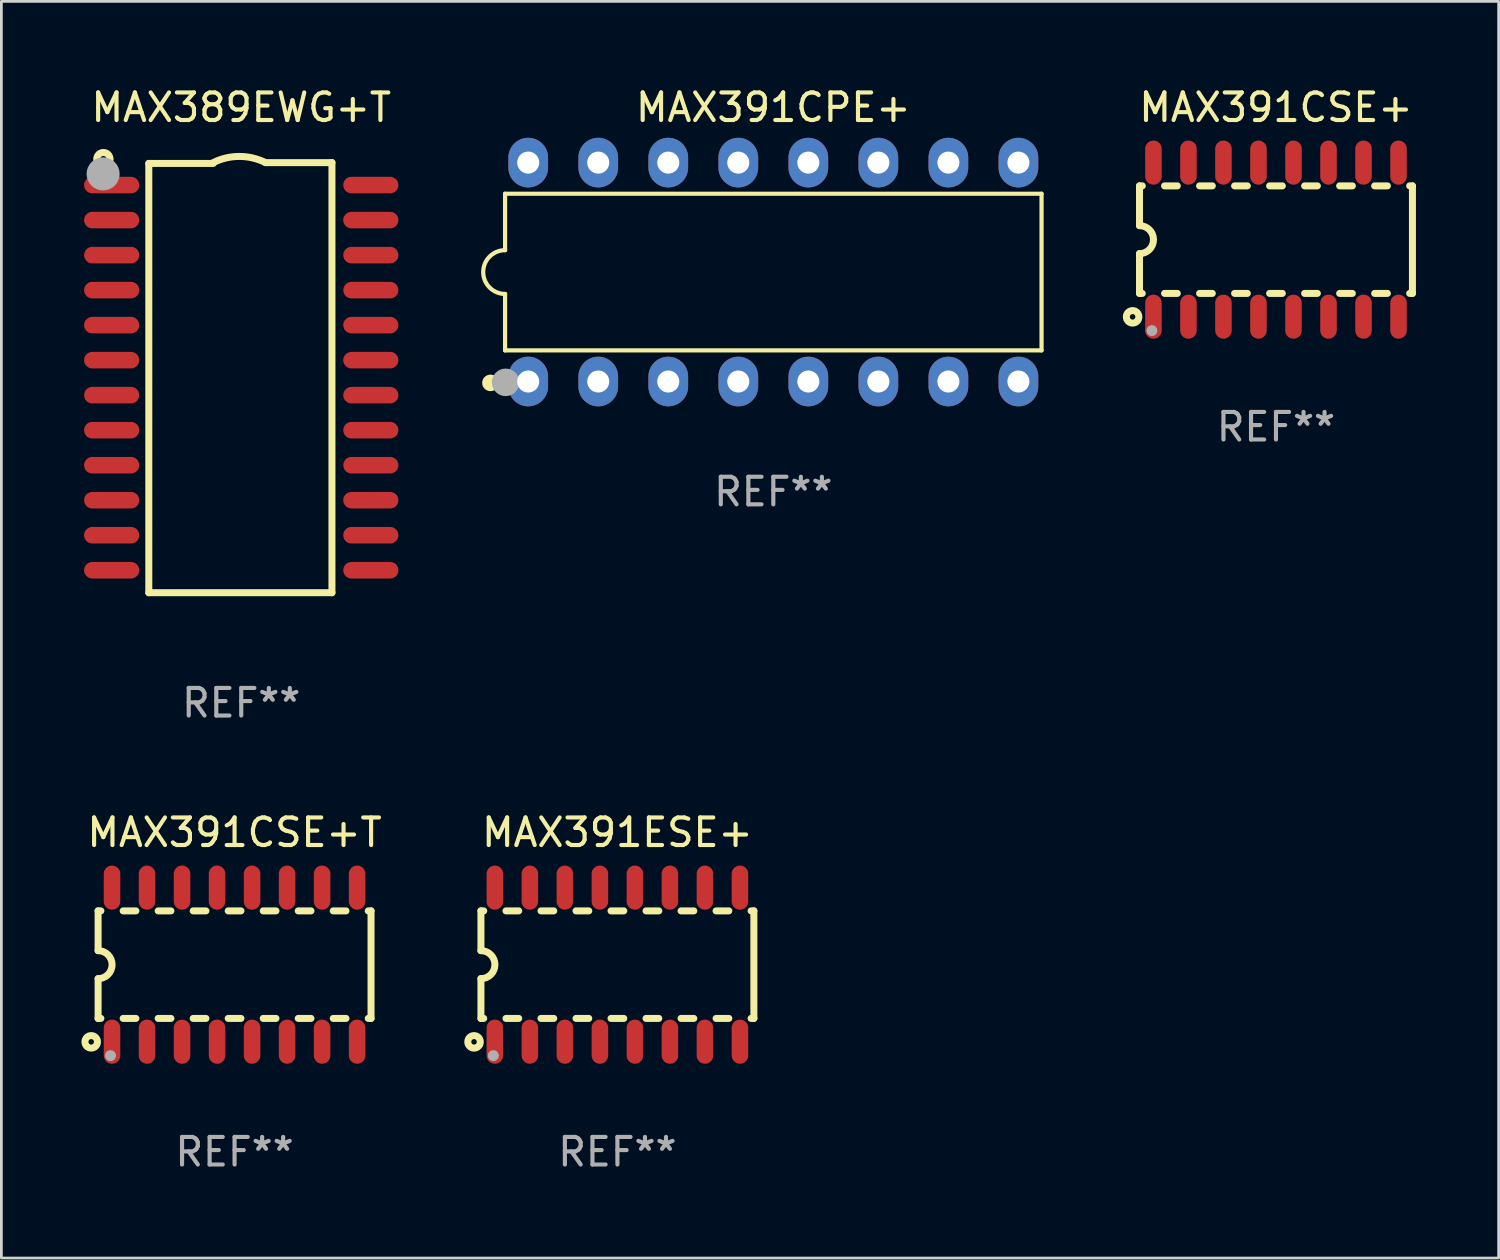
<source format=kicad_pcb>
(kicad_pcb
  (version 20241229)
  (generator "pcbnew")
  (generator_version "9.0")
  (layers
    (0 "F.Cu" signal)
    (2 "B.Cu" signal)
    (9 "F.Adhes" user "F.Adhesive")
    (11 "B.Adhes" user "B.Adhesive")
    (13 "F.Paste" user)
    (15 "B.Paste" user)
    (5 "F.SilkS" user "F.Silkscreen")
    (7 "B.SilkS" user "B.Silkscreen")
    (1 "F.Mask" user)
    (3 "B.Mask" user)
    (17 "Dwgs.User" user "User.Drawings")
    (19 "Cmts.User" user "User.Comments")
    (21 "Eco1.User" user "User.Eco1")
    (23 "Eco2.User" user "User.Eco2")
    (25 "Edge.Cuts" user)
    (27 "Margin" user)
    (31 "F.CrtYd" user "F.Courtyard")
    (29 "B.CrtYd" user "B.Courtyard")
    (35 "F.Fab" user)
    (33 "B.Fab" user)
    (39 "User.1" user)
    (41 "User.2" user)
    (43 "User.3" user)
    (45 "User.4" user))
  (footprint "MAX391ESE+"
    (layer "F.Cu")
    (at 19.344 31.939)
    (property "Reference" "MAX391ESE+" (at 0 -4.794 0) (layer "F.SilkS") (effects (font (size 1 1) (thickness 0.15))))
    (attr through_hole)
    (fp_line (start -4.95 -1.95) (end -4.95 -0.508) (stroke (width 0.254) (type solid)) (layer "F.SilkS"))
    (fp_line (start -4.95 -1.95) (end -4.849 -1.95) (stroke (width 0.254) (type solid)) (layer "F.SilkS"))
    (fp_line (start -4.95 1.95) (end -4.95 0.508) (stroke (width 0.254) (type solid)) (layer "F.SilkS"))
    (fp_line (start -4.95 1.95) (end -4.849 1.95) (stroke (width 0.254) (type solid)) (layer "F.SilkS"))
    (fp_line (start -4.041 -1.95) (end -3.579 -1.95) (stroke (width 0.254) (type solid)) (layer "F.SilkS"))
    (fp_line (start -4.041 1.95) (end -3.579 1.95) (stroke (width 0.254) (type solid)) (layer "F.SilkS"))
    (fp_line (start -2.771 -1.95) (end -2.309 -1.95) (stroke (width 0.254) (type solid)) (layer "F.SilkS"))
    (fp_line (start -2.771 1.95) (end -2.309 1.95) (stroke (width 0.254) (type solid)) (layer "F.SilkS"))
    (fp_line (start -1.501 -1.95) (end -1.039 -1.95) (stroke (width 0.254) (type solid)) (layer "F.SilkS"))
    (fp_line (start -1.501 1.95) (end -1.039 1.95) (stroke (width 0.254) (type solid)) (layer "F.SilkS"))
    (fp_line (start -0.231 -1.95) (end 0.231 -1.95) (stroke (width 0.254) (type solid)) (layer "F.SilkS"))
    (fp_line (start -0.231 1.95) (end 0.231 1.95) (stroke (width 0.254) (type solid)) (layer "F.SilkS"))
    (fp_line (start 1.039 -1.95) (end 1.501 -1.95) (stroke (width 0.254) (type solid)) (layer "F.SilkS"))
    (fp_line (start 1.039 1.95) (end 1.501 1.95) (stroke (width 0.254) (type solid)) (layer "F.SilkS"))
    (fp_line (start 2.309 -1.95) (end 2.771 -1.95) (stroke (width 0.254) (type solid)) (layer "F.SilkS"))
    (fp_line (start 2.309 1.95) (end 2.771 1.95) (stroke (width 0.254) (type solid)) (layer "F.SilkS"))
    (fp_line (start 3.579 -1.95) (end 4.041 -1.95) (stroke (width 0.254) (type solid)) (layer "F.SilkS"))
    (fp_line (start 3.579 1.95) (end 4.041 1.95) (stroke (width 0.254) (type solid)) (layer "F.SilkS"))
    (fp_line (start 4.849 -1.95) (end 4.95 -1.95) (stroke (width 0.254) (type solid)) (layer "F.SilkS"))
    (fp_line (start 4.849 1.95) (end 4.95 1.95) (stroke (width 0.254) (type solid)) (layer "F.SilkS"))
    (fp_line (start 4.95 -1.95) (end 4.95 1.95) (stroke (width 0.254) (type solid)) (layer "F.SilkS"))
    (fp_arc (start -4.95047 -0.508001) (mid -4.442469 -0.000228) (end -4.950013 0.508001) (stroke (width 0.254001) (type solid)) (layer "F.SilkS"))
    (fp_circle (center -5.2 2.8) (end -5.1 2.8) (stroke (width 0.254) (type solid)) (fill no) (layer "F.SilkS"))
    (fp_circle (center -4.95 2.947) (end -4.92 2.947) (stroke (width 0.06) (type solid)) (fill no) (layer "F.SilkS"))
    (fp_circle (center -4.5 3.3) (end -4.4 3.3) (stroke (width 0.2) (type solid)) (fill no) (layer "F.Fab"))
    (fp_text user "REF**" (at 0 6.794 0) (layer "F.Fab") (effects (font (size 1 1) (thickness 0.15))))
    (pad "1" smd oval (at -4.445 2.794) (size 0.6 1.6) (layers "F.Cu" "F.Mask" "F.Paste"))
    (pad "2" smd oval (at -3.175 2.794) (size 0.6 1.6) (layers "F.Cu" "F.Mask" "F.Paste"))
    (pad "3" smd oval (at -1.905 2.794) (size 0.6 1.6) (layers "F.Cu" "F.Mask" "F.Paste"))
    (pad "4" smd oval (at -0.635 2.794) (size 0.6 1.6) (layers "F.Cu" "F.Mask" "F.Paste"))
    (pad "5" smd oval (at 0.635 2.794) (size 0.6 1.6) (layers "F.Cu" "F.Mask" "F.Paste"))
    (pad "6" smd oval (at 1.905 2.794) (size 0.6 1.6) (layers "F.Cu" "F.Mask" "F.Paste"))
    (pad "7" smd oval (at 3.175 2.794) (size 0.6 1.6) (layers "F.Cu" "F.Mask" "F.Paste"))
    (pad "8" smd oval (at 4.445 2.794) (size 0.6 1.6) (layers "F.Cu" "F.Mask" "F.Paste"))
    (pad "9" smd oval (at 4.445 -2.794) (size 0.6 1.6) (layers "F.Cu" "F.Mask" "F.Paste"))
    (pad "10" smd oval (at 3.175 -2.794) (size 0.6 1.6) (layers "F.Cu" "F.Mask" "F.Paste"))
    (pad "11" smd oval (at 1.905 -2.794) (size 0.6 1.6) (layers "F.Cu" "F.Mask" "F.Paste"))
    (pad "12" smd oval (at 0.635 -2.794) (size 0.6 1.6) (layers "F.Cu" "F.Mask" "F.Paste"))
    (pad "13" smd oval (at -0.635 -2.794) (size 0.6 1.6) (layers "F.Cu" "F.Mask" "F.Paste"))
    (pad "14" smd oval (at -1.905 -2.794) (size 0.6 1.6) (layers "F.Cu" "F.Mask" "F.Paste"))
    (pad "15" smd oval (at -3.175 -2.794) (size 0.6 1.6) (layers "F.Cu" "F.Mask" "F.Paste"))
    (pad "16" smd oval (at -4.445 -2.794) (size 0.6 1.6) (layers "F.Cu" "F.Mask" "F.Paste")))
  (footprint "MAX391CSE+"
    (layer "F.Cu")
    (at 43.231 5.642)
    (property "Reference" "MAX391CSE+" (at 0 -4.794 0) (layer "F.SilkS") (effects (font (size 1 1) (thickness 0.15))))
    (attr through_hole)
    (fp_line (start -4.95 -1.95) (end -4.95 -0.508) (stroke (width 0.254) (type solid)) (layer "F.SilkS"))
    (fp_line (start -4.95 -1.95) (end -4.849 -1.95) (stroke (width 0.254) (type solid)) (layer "F.SilkS"))
    (fp_line (start -4.95 1.95) (end -4.95 0.508) (stroke (width 0.254) (type solid)) (layer "F.SilkS"))
    (fp_line (start -4.95 1.95) (end -4.849 1.95) (stroke (width 0.254) (type solid)) (layer "F.SilkS"))
    (fp_line (start -4.041 -1.95) (end -3.579 -1.95) (stroke (width 0.254) (type solid)) (layer "F.SilkS"))
    (fp_line (start -4.041 1.95) (end -3.579 1.95) (stroke (width 0.254) (type solid)) (layer "F.SilkS"))
    (fp_line (start -2.771 -1.95) (end -2.309 -1.95) (stroke (width 0.254) (type solid)) (layer "F.SilkS"))
    (fp_line (start -2.771 1.95) (end -2.309 1.95) (stroke (width 0.254) (type solid)) (layer "F.SilkS"))
    (fp_line (start -1.501 -1.95) (end -1.039 -1.95) (stroke (width 0.254) (type solid)) (layer "F.SilkS"))
    (fp_line (start -1.501 1.95) (end -1.039 1.95) (stroke (width 0.254) (type solid)) (layer "F.SilkS"))
    (fp_line (start -0.231 -1.95) (end 0.231 -1.95) (stroke (width 0.254) (type solid)) (layer "F.SilkS"))
    (fp_line (start -0.231 1.95) (end 0.231 1.95) (stroke (width 0.254) (type solid)) (layer "F.SilkS"))
    (fp_line (start 1.039 -1.95) (end 1.501 -1.95) (stroke (width 0.254) (type solid)) (layer "F.SilkS"))
    (fp_line (start 1.039 1.95) (end 1.501 1.95) (stroke (width 0.254) (type solid)) (layer "F.SilkS"))
    (fp_line (start 2.309 -1.95) (end 2.771 -1.95) (stroke (width 0.254) (type solid)) (layer "F.SilkS"))
    (fp_line (start 2.309 1.95) (end 2.771 1.95) (stroke (width 0.254) (type solid)) (layer "F.SilkS"))
    (fp_line (start 3.579 -1.95) (end 4.041 -1.95) (stroke (width 0.254) (type solid)) (layer "F.SilkS"))
    (fp_line (start 3.579 1.95) (end 4.041 1.95) (stroke (width 0.254) (type solid)) (layer "F.SilkS"))
    (fp_line (start 4.849 -1.95) (end 4.95 -1.95) (stroke (width 0.254) (type solid)) (layer "F.SilkS"))
    (fp_line (start 4.849 1.95) (end 4.95 1.95) (stroke (width 0.254) (type solid)) (layer "F.SilkS"))
    (fp_line (start 4.95 -1.95) (end 4.95 1.95) (stroke (width 0.254) (type solid)) (layer "F.SilkS"))
    (fp_arc (start -4.95047 -0.508001) (mid -4.442469 -0.000228) (end -4.950013 0.508001) (stroke (width 0.254001) (type solid)) (layer "F.SilkS"))
    (fp_circle (center -5.2 2.8) (end -5.1 2.8) (stroke (width 0.254) (type solid)) (fill no) (layer "F.SilkS"))
    (fp_circle (center -4.95 2.947) (end -4.92 2.947) (stroke (width 0.06) (type solid)) (fill no) (layer "F.SilkS"))
    (fp_circle (center -4.5 3.3) (end -4.4 3.3) (stroke (width 0.2) (type solid)) (fill no) (layer "F.Fab"))
    (fp_text user "REF**" (at 0 6.794 0) (layer "F.Fab") (effects (font (size 1 1) (thickness 0.15))))
    (pad "1" smd oval (at -4.445 2.794) (size 0.6 1.6) (layers "F.Cu" "F.Mask" "F.Paste"))
    (pad "2" smd oval (at -3.175 2.794) (size 0.6 1.6) (layers "F.Cu" "F.Mask" "F.Paste"))
    (pad "3" smd oval (at -1.905 2.794) (size 0.6 1.6) (layers "F.Cu" "F.Mask" "F.Paste"))
    (pad "4" smd oval (at -0.635 2.794) (size 0.6 1.6) (layers "F.Cu" "F.Mask" "F.Paste"))
    (pad "5" smd oval (at 0.635 2.794) (size 0.6 1.6) (layers "F.Cu" "F.Mask" "F.Paste"))
    (pad "6" smd oval (at 1.905 2.794) (size 0.6 1.6) (layers "F.Cu" "F.Mask" "F.Paste"))
    (pad "7" smd oval (at 3.175 2.794) (size 0.6 1.6) (layers "F.Cu" "F.Mask" "F.Paste"))
    (pad "8" smd oval (at 4.445 2.794) (size 0.6 1.6) (layers "F.Cu" "F.Mask" "F.Paste"))
    (pad "9" smd oval (at 4.445 -2.794) (size 0.6 1.6) (layers "F.Cu" "F.Mask" "F.Paste"))
    (pad "10" smd oval (at 3.175 -2.794) (size 0.6 1.6) (layers "F.Cu" "F.Mask" "F.Paste"))
    (pad "11" smd oval (at 1.905 -2.794) (size 0.6 1.6) (layers "F.Cu" "F.Mask" "F.Paste"))
    (pad "12" smd oval (at 0.635 -2.794) (size 0.6 1.6) (layers "F.Cu" "F.Mask" "F.Paste"))
    (pad "13" smd oval (at -0.635 -2.794) (size 0.6 1.6) (layers "F.Cu" "F.Mask" "F.Paste"))
    (pad "14" smd oval (at -1.905 -2.794) (size 0.6 1.6) (layers "F.Cu" "F.Mask" "F.Paste"))
    (pad "15" smd oval (at -3.175 -2.794) (size 0.6 1.6) (layers "F.Cu" "F.Mask" "F.Paste"))
    (pad "16" smd oval (at -4.445 -2.794) (size 0.6 1.6) (layers "F.Cu" "F.Mask" "F.Paste")))
  (footprint "MAX389EWG+T"
    (layer "F.Cu")
    (at 5.7 10.648)
    (property "Reference" "MAX389EWG+T" (at 0 -9.8 0) (layer "F.SilkS") (effects (font (size 1 1) (thickness 0.15))))
    (attr through_hole)
    (fp_line (start -3.353 -7.77) (end -1.016 -7.77) (stroke (width 0.254) (type solid)) (layer "F.SilkS"))
    (fp_line (start -3.353 7.8) (end -3.353 -7.77) (stroke (width 0.254) (type solid)) (layer "F.SilkS"))
    (fp_line (start 0.881 -7.8) (end 3.29 -7.8) (stroke (width 0.254) (type solid)) (layer "F.SilkS"))
    (fp_line (start 3.29 -7.8) (end 3.29 7.8) (stroke (width 0.254) (type solid)) (layer "F.SilkS"))
    (fp_line (start 3.29 7.8) (end -3.353 7.8) (stroke (width 0.254) (type solid)) (layer "F.SilkS"))
    (fp_arc (start -1.015951 -7.800025) (mid -0.067691 -8.023879) (end 0.880569 -7.800025) (stroke (width 0.254001) (type solid)) (layer "F.SilkS"))
    (fp_circle (center -5 -7.927) (end -4.886 -7.927) (stroke (width 0.254) (type solid)) (fill no) (layer "F.SilkS"))
    (fp_circle (center -5.01 -7.39) (end -4.71 -7.39) (stroke (width 0.6) (type solid)) (fill no) (layer "F.Fab"))
    (fp_text user "REF**" (at 0 11.8 0) (layer "F.Fab") (effects (font (size 1 1) (thickness 0.15))))
    (pad "1" smd oval (at -4.7 -6.985 270) (size 0.6 2) (layers "F.Cu" "F.Mask" "F.Paste"))
    (pad "2" smd oval (at -4.7 -5.715 270) (size 0.6 2) (layers "F.Cu" "F.Mask" "F.Paste"))
    (pad "3" smd oval (at -4.7 -4.445 270) (size 0.6 2) (layers "F.Cu" "F.Mask" "F.Paste"))
    (pad "4" smd oval (at -4.7 -3.175 270) (size 0.6 2) (layers "F.Cu" "F.Mask" "F.Paste"))
    (pad "5" smd oval (at -4.7 -1.905 270) (size 0.6 2) (layers "F.Cu" "F.Mask" "F.Paste"))
    (pad "6" smd oval (at -4.7 -0.635 270) (size 0.6 2) (layers "F.Cu" "F.Mask" "F.Paste"))
    (pad "7" smd oval (at -4.7 0.635 270) (size 0.6 2) (layers "F.Cu" "F.Mask" "F.Paste"))
    (pad "8" smd oval (at -4.7 1.905 270) (size 0.6 2) (layers "F.Cu" "F.Mask" "F.Paste"))
    (pad "9" smd oval (at -4.7 3.175 270) (size 0.6 2) (layers "F.Cu" "F.Mask" "F.Paste"))
    (pad "10" smd oval (at -4.7 4.445 270) (size 0.6 2) (layers "F.Cu" "F.Mask" "F.Paste"))
    (pad "11" smd oval (at -4.7 5.715 270) (size 0.6 2) (layers "F.Cu" "F.Mask" "F.Paste"))
    (pad "12" smd oval (at -4.7 6.985 270) (size 0.6 2) (layers "F.Cu" "F.Mask" "F.Paste"))
    (pad "13" smd oval (at 4.7 6.985 270) (size 0.6 2) (layers "F.Cu" "F.Mask" "F.Paste"))
    (pad "14" smd oval (at 4.7 5.715 270) (size 0.6 2) (layers "F.Cu" "F.Mask" "F.Paste"))
    (pad "15" smd oval (at 4.7 4.445 270) (size 0.6 2) (layers "F.Cu" "F.Mask" "F.Paste"))
    (pad "16" smd oval (at 4.7 3.175 270) (size 0.6 2) (layers "F.Cu" "F.Mask" "F.Paste"))
    (pad "17" smd oval (at 4.7 1.905 270) (size 0.6 2) (layers "F.Cu" "F.Mask" "F.Paste"))
    (pad "18" smd oval (at 4.7 0.635 270) (size 0.6 2) (layers "F.Cu" "F.Mask" "F.Paste"))
    (pad "19" smd oval (at 4.7 -0.635 270) (size 0.6 2) (layers "F.Cu" "F.Mask" "F.Paste"))
    (pad "20" smd oval (at 4.7 -1.905 270) (size 0.6 2) (layers "F.Cu" "F.Mask" "F.Paste"))
    (pad "21" smd oval (at 4.7 -3.175 270) (size 0.6 2) (layers "F.Cu" "F.Mask" "F.Paste"))
    (pad "22" smd oval (at 4.7 -4.445 270) (size 0.6 2) (layers "F.Cu" "F.Mask" "F.Paste"))
    (pad "23" smd oval (at 4.7 -5.715 270) (size 0.6 2) (layers "F.Cu" "F.Mask" "F.Paste"))
    (pad "24" smd oval (at 4.7 -6.985 270) (size 0.6 2) (layers "F.Cu" "F.Mask" "F.Paste")))
  (footprint "MAX391CSE+T"
    (layer "F.Cu")
    (at 5.458 31.939)
    (property "Reference" "MAX391CSE+T" (at 0 -4.794 0) (layer "F.SilkS") (effects (font (size 1 1) (thickness 0.15))))
    (attr through_hole)
    (fp_line (start -4.95 -1.95) (end -4.95 -0.508) (stroke (width 0.254) (type solid)) (layer "F.SilkS"))
    (fp_line (start -4.95 -1.95) (end -4.849 -1.95) (stroke (width 0.254) (type solid)) (layer "F.SilkS"))
    (fp_line (start -4.95 1.95) (end -4.95 0.508) (stroke (width 0.254) (type solid)) (layer "F.SilkS"))
    (fp_line (start -4.95 1.95) (end -4.849 1.95) (stroke (width 0.254) (type solid)) (layer "F.SilkS"))
    (fp_line (start -4.041 -1.95) (end -3.579 -1.95) (stroke (width 0.254) (type solid)) (layer "F.SilkS"))
    (fp_line (start -4.041 1.95) (end -3.579 1.95) (stroke (width 0.254) (type solid)) (layer "F.SilkS"))
    (fp_line (start -2.771 -1.95) (end -2.309 -1.95) (stroke (width 0.254) (type solid)) (layer "F.SilkS"))
    (fp_line (start -2.771 1.95) (end -2.309 1.95) (stroke (width 0.254) (type solid)) (layer "F.SilkS"))
    (fp_line (start -1.501 -1.95) (end -1.039 -1.95) (stroke (width 0.254) (type solid)) (layer "F.SilkS"))
    (fp_line (start -1.501 1.95) (end -1.039 1.95) (stroke (width 0.254) (type solid)) (layer "F.SilkS"))
    (fp_line (start -0.231 -1.95) (end 0.231 -1.95) (stroke (width 0.254) (type solid)) (layer "F.SilkS"))
    (fp_line (start -0.231 1.95) (end 0.231 1.95) (stroke (width 0.254) (type solid)) (layer "F.SilkS"))
    (fp_line (start 1.039 -1.95) (end 1.501 -1.95) (stroke (width 0.254) (type solid)) (layer "F.SilkS"))
    (fp_line (start 1.039 1.95) (end 1.501 1.95) (stroke (width 0.254) (type solid)) (layer "F.SilkS"))
    (fp_line (start 2.309 -1.95) (end 2.771 -1.95) (stroke (width 0.254) (type solid)) (layer "F.SilkS"))
    (fp_line (start 2.309 1.95) (end 2.771 1.95) (stroke (width 0.254) (type solid)) (layer "F.SilkS"))
    (fp_line (start 3.579 -1.95) (end 4.041 -1.95) (stroke (width 0.254) (type solid)) (layer "F.SilkS"))
    (fp_line (start 3.579 1.95) (end 4.041 1.95) (stroke (width 0.254) (type solid)) (layer "F.SilkS"))
    (fp_line (start 4.849 -1.95) (end 4.95 -1.95) (stroke (width 0.254) (type solid)) (layer "F.SilkS"))
    (fp_line (start 4.849 1.95) (end 4.95 1.95) (stroke (width 0.254) (type solid)) (layer "F.SilkS"))
    (fp_line (start 4.95 -1.95) (end 4.95 1.95) (stroke (width 0.254) (type solid)) (layer "F.SilkS"))
    (fp_arc (start -4.95047 -0.508001) (mid -4.442469 -0.000228) (end -4.950013 0.508001) (stroke (width 0.254001) (type solid)) (layer "F.SilkS"))
    (fp_circle (center -5.2 2.8) (end -5.1 2.8) (stroke (width 0.254) (type solid)) (fill no) (layer "F.SilkS"))
    (fp_circle (center -4.95 2.947) (end -4.92 2.947) (stroke (width 0.06) (type solid)) (fill no) (layer "F.SilkS"))
    (fp_circle (center -4.5 3.3) (end -4.4 3.3) (stroke (width 0.2) (type solid)) (fill no) (layer "F.Fab"))
    (fp_text user "REF**" (at 0 6.794 0) (layer "F.Fab") (effects (font (size 1 1) (thickness 0.15))))
    (pad "1" smd oval (at -4.445 2.794) (size 0.6 1.6) (layers "F.Cu" "F.Mask" "F.Paste"))
    (pad "2" smd oval (at -3.175 2.794) (size 0.6 1.6) (layers "F.Cu" "F.Mask" "F.Paste"))
    (pad "3" smd oval (at -1.905 2.794) (size 0.6 1.6) (layers "F.Cu" "F.Mask" "F.Paste"))
    (pad "4" smd oval (at -0.635 2.794) (size 0.6 1.6) (layers "F.Cu" "F.Mask" "F.Paste"))
    (pad "5" smd oval (at 0.635 2.794) (size 0.6 1.6) (layers "F.Cu" "F.Mask" "F.Paste"))
    (pad "6" smd oval (at 1.905 2.794) (size 0.6 1.6) (layers "F.Cu" "F.Mask" "F.Paste"))
    (pad "7" smd oval (at 3.175 2.794) (size 0.6 1.6) (layers "F.Cu" "F.Mask" "F.Paste"))
    (pad "8" smd oval (at 4.445 2.794) (size 0.6 1.6) (layers "F.Cu" "F.Mask" "F.Paste"))
    (pad "9" smd oval (at 4.445 -2.794) (size 0.6 1.6) (layers "F.Cu" "F.Mask" "F.Paste"))
    (pad "10" smd oval (at 3.175 -2.794) (size 0.6 1.6) (layers "F.Cu" "F.Mask" "F.Paste"))
    (pad "11" smd oval (at 1.905 -2.794) (size 0.6 1.6) (layers "F.Cu" "F.Mask" "F.Paste"))
    (pad "12" smd oval (at 0.635 -2.794) (size 0.6 1.6) (layers "F.Cu" "F.Mask" "F.Paste"))
    (pad "13" smd oval (at -0.635 -2.794) (size 0.6 1.6) (layers "F.Cu" "F.Mask" "F.Paste"))
    (pad "14" smd oval (at -1.905 -2.794) (size 0.6 1.6) (layers "F.Cu" "F.Mask" "F.Paste"))
    (pad "15" smd oval (at -3.175 -2.794) (size 0.6 1.6) (layers "F.Cu" "F.Mask" "F.Paste"))
    (pad "16" smd oval (at -4.445 -2.794) (size 0.6 1.6) (layers "F.Cu" "F.Mask" "F.Paste")))
  (footprint "MAX391CPE+"
    (layer "F.Cu")
    (at 24.999 6.818)
    (property "Reference" "MAX391CPE+" (at 0 -5.97 0) (layer "F.SilkS") (effects (font (size 1 1) (thickness 0.15))))
    (attr through_hole)
    (fp_line (start -9.729 -2.841) (end -9.729 -0.794) (stroke (width 0.152) (type solid)) (layer "F.SilkS"))
    (fp_line (start -9.729 0.794) (end -9.729 2.841) (stroke (width 0.152) (type solid)) (layer "F.SilkS"))
    (fp_line (start -9.729 2.841) (end 9.729 2.841) (stroke (width 0.152) (type solid)) (layer "F.SilkS"))
    (fp_line (start 9.729 -2.841) (end -9.729 -2.841) (stroke (width 0.152) (type solid)) (layer "F.SilkS"))
    (fp_line (start 9.729 2.841) (end 9.729 -2.841) (stroke (width 0.152) (type solid)) (layer "F.SilkS"))
    (fp_arc (start -9.7287 0.793749) (mid -10.522449 0) (end -9.7287 -0.793749) (stroke (width 0.1524) (type solid)) (layer "F.SilkS"))
    (fp_circle (center -10.26 4.02) (end -10.11 4.02) (stroke (width 0.3) (type solid)) (fill no) (layer "F.SilkS"))
    (fp_circle (center -9.653 4.23) (end -9.623 4.23) (stroke (width 0.06) (type solid)) (fill no) (layer "F.SilkS"))
    (fp_circle (center -9.71 4) (end -9.46 4) (stroke (width 0.5) (type solid)) (fill no) (layer "F.Fab"))
    (fp_text user "REF**" (at 0 7.97 0) (layer "F.Fab") (effects (font (size 1 1) (thickness 0.15))))
    (pad "1" thru_hole oval (at -8.89 3.97) (size 1.44 1.8) (drill 0.8) (layers "*.Cu" "*.Mask"))
    (pad "2" thru_hole oval (at -6.35 3.97) (size 1.44 1.8) (drill 0.8) (layers "*.Cu" "*.Mask"))
    (pad "3" thru_hole oval (at -3.81 3.97) (size 1.44 1.8) (drill 0.8) (layers "*.Cu" "*.Mask"))
    (pad "4" thru_hole oval (at -1.27 3.97) (size 1.44 1.8) (drill 0.8) (layers "*.Cu" "*.Mask"))
    (pad "5" thru_hole oval (at 1.27 3.97) (size 1.44 1.8) (drill 0.8) (layers "*.Cu" "*.Mask"))
    (pad "6" thru_hole oval (at 3.81 3.97) (size 1.44 1.8) (drill 0.8) (layers "*.Cu" "*.Mask"))
    (pad "7" thru_hole oval (at 6.35 3.97) (size 1.44 1.8) (drill 0.8) (layers "*.Cu" "*.Mask"))
    (pad "8" thru_hole oval (at 8.89 3.97) (size 1.44 1.8) (drill 0.8) (layers "*.Cu" "*.Mask"))
    (pad "9" thru_hole oval (at 8.89 -3.97) (size 1.44 1.8) (drill 0.8) (layers "*.Cu" "*.Mask"))
    (pad "10" thru_hole oval (at 6.35 -3.97) (size 1.44 1.8) (drill 0.8) (layers "*.Cu" "*.Mask"))
    (pad "11" thru_hole oval (at 3.81 -3.97) (size 1.44 1.8) (drill 0.8) (layers "*.Cu" "*.Mask"))
    (pad "12" thru_hole oval (at 1.27 -3.97) (size 1.44 1.8) (drill 0.8) (layers "*.Cu" "*.Mask"))
    (pad "13" thru_hole oval (at -1.27 -3.97) (size 1.44 1.8) (drill 0.8) (layers "*.Cu" "*.Mask"))
    (pad "14" thru_hole oval (at -3.81 -3.97) (size 1.44 1.8) (drill 0.8) (layers "*.Cu" "*.Mask"))
    (pad "15" thru_hole oval (at -6.35 -3.97) (size 1.44 1.8) (drill 0.8) (layers "*.Cu" "*.Mask"))
    (pad "16" thru_hole oval (at -8.89 -3.97) (size 1.44 1.8) (drill 0.8) (layers "*.Cu" "*.Mask")))
  (gr_rect
    (start -3 -3)
    (end 51.308 42.581)
    (stroke (width 0.1) (type default))
    (fill no)
    (layer "Edge.Cuts")))
</source>
